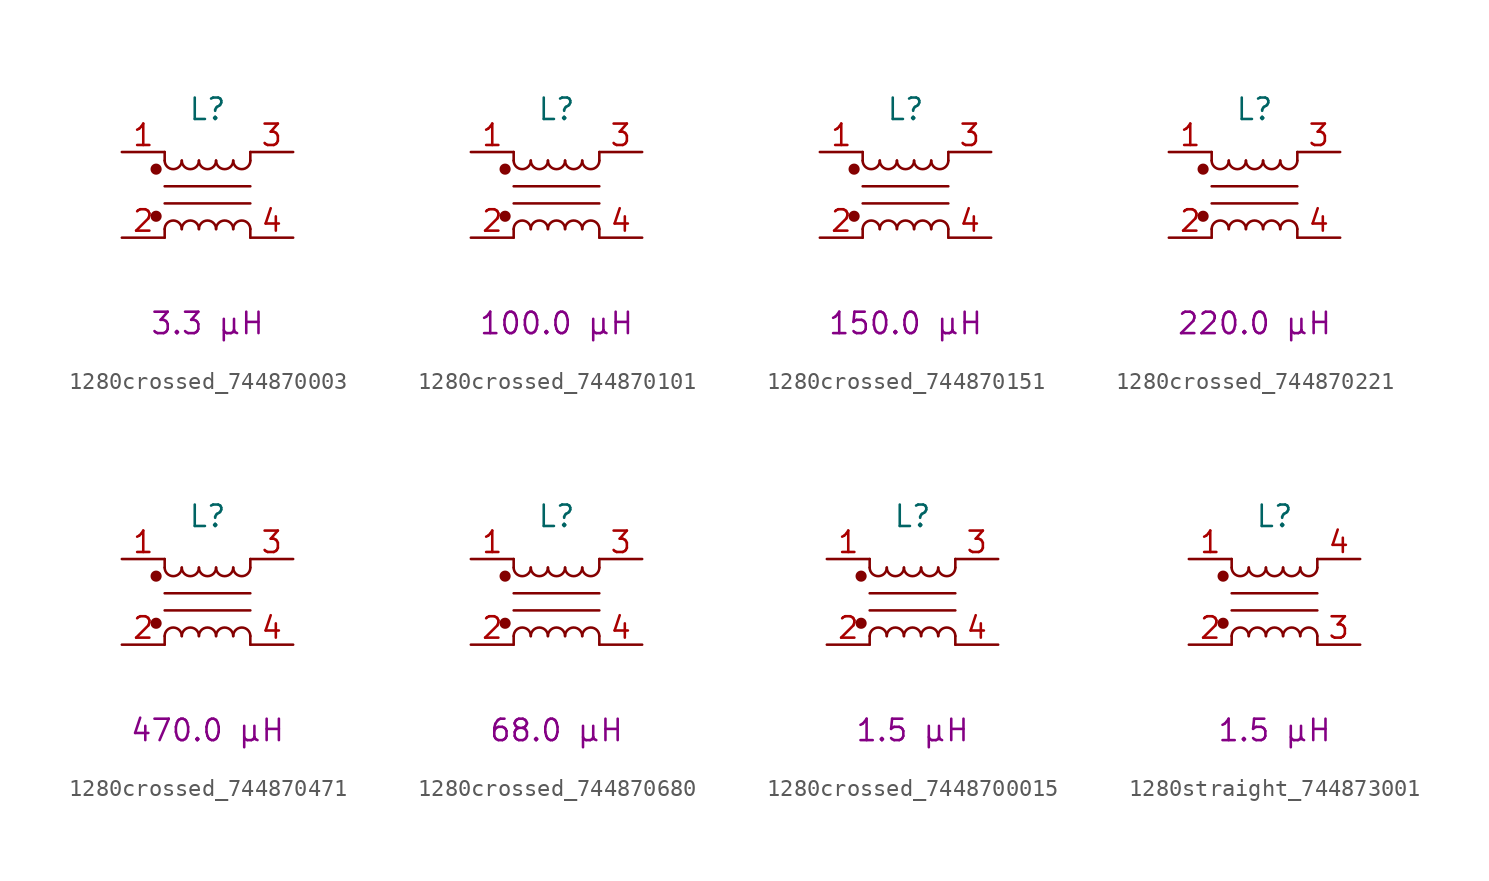
<source format=kicad_sym>
(kicad_symbol_lib
  (version 20241209)
  (generator "kicad_symbol_editor")
  (generator_version "9.0")
  (symbol "1280crossed_744870003"
    (pin_names
      (hide yes))
    (property "Reference" "L"
      (at 0 5.08 0)
      (effects (font (size 1.27 1.27))))
    (property "Critical Parameter" "3.3 µH"
      (at 0 -7.62 0)
      (effects (font (size 1.27 1.27))))
    (symbol "1280crossed_744870003_0_1"
      (circle (center -3.048 1.524) (radius 0.254) (stroke (width 0) (type default)) (fill (type outline)))
      (circle (center -3.048 -1.27) (radius 0.254) (stroke (width 0) (type default)) (fill (type outline)))
      (polyline (pts (xy -2.54 2.032) (xy -2.54 2.54)) (stroke (width 0) (type default)) (fill (type none)))
      (polyline (pts (xy -2.54 0.508) (xy 2.54 0.508)) (stroke (width 0) (type default)) (fill (type none)))
      (polyline (pts (xy -2.54 -2.032) (xy -2.54 -2.54)) (stroke (width 0) (type default)) (fill (type none)))
      (arc (start -1.524 2.032) (mid -2.032 1.5262) (end -2.54 2.032) (stroke (width 0) (type default)) (fill (type none)))
      (arc (start -2.54 -2.032) (mid -2.032 -1.5262) (end -1.524 -2.032) (stroke (width 0) (type default)) (fill (type none)))
      (arc (start -0.508 2.032) (mid -1.016 1.5262) (end -1.524 2.032) (stroke (width 0) (type default)) (fill (type none)))
      (arc (start -1.524 -2.032) (mid -1.016 -1.5262) (end -0.508 -2.032) (stroke (width 0) (type default)) (fill (type none)))
      (arc (start 0.508 2.032) (mid 0 1.5262) (end -0.508 2.032) (stroke (width 0) (type default)) (fill (type none)))
      (arc (start -0.508 -2.032) (mid 0 -1.5262) (end 0.508 -2.032) (stroke (width 0) (type default)) (fill (type none)))
      (arc (start 1.524 2.032) (mid 1.016 1.5262) (end 0.508 2.032) (stroke (width 0) (type default)) (fill (type none)))
      (arc (start 0.508 -2.032) (mid 1.016 -1.5262) (end 1.524 -2.032) (stroke (width 0) (type default)) (fill (type none)))
      (arc (start 2.54 2.032) (mid 2.032 1.5262) (end 1.524 2.032) (stroke (width 0) (type default)) (fill (type none)))
      (arc (start 1.524 -2.032) (mid 2.032 -1.5262) (end 2.54 -2.032) (stroke (width 0) (type default)) (fill (type none)))
      (polyline (pts (xy 2.54 2.54) (xy 2.54 2.032)) (stroke (width 0) (type default)) (fill (type none)))
      (polyline (pts (xy 2.54 -0.508) (xy -2.54 -0.508)) (stroke (width 0) (type default)) (fill (type none)))
      (polyline (pts (xy 2.54 -2.032) (xy 2.54 -2.54)) (stroke (width 0) (type default)) (fill (type none))))
    (symbol "1280crossed_744870003_1_1"
      (pin passive line (at -5.08 2.54 0) (length 2.54) (name "1" (effects (font (size 1.27 1.27)))) (number "1" (effects (font (size 1.27 1.27)))))
      (pin passive line (at -5.08 -2.54 0) (length 2.54) (name "2" (effects (font (size 1.27 1.27)))) (number "2" (effects (font (size 1.27 1.27)))))
      (pin passive line (at 5.08 2.54 180) (length 2.54) (name "3" (effects (font (size 1.27 1.27)))) (number "3" (effects (font (size 1.27 1.27)))))
      (pin passive line (at 5.08 -2.54 180) (length 2.54) (name "4" (effects (font (size 1.27 1.27)))) (number "4" (effects (font (size 1.27 1.27)))))))
  (symbol "1280crossed_744870101"
    (pin_names
      (hide yes))
    (property "Reference" "L"
      (at 0 5.08 0)
      (effects (font (size 1.27 1.27))))
    (property "Critical Parameter" "100.0 µH"
      (at 0 -7.62 0)
      (effects (font (size 1.27 1.27))))
    (symbol "1280crossed_744870101_0_1"
      (circle (center -3.048 1.524) (radius 0.254) (stroke (width 0) (type default)) (fill (type outline)))
      (circle (center -3.048 -1.27) (radius 0.254) (stroke (width 0) (type default)) (fill (type outline)))
      (polyline (pts (xy -2.54 2.032) (xy -2.54 2.54)) (stroke (width 0) (type default)) (fill (type none)))
      (polyline (pts (xy -2.54 0.508) (xy 2.54 0.508)) (stroke (width 0) (type default)) (fill (type none)))
      (polyline (pts (xy -2.54 -2.032) (xy -2.54 -2.54)) (stroke (width 0) (type default)) (fill (type none)))
      (arc (start -1.524 2.032) (mid -2.032 1.5262) (end -2.54 2.032) (stroke (width 0) (type default)) (fill (type none)))
      (arc (start -2.54 -2.032) (mid -2.032 -1.5262) (end -1.524 -2.032) (stroke (width 0) (type default)) (fill (type none)))
      (arc (start -0.508 2.032) (mid -1.016 1.5262) (end -1.524 2.032) (stroke (width 0) (type default)) (fill (type none)))
      (arc (start -1.524 -2.032) (mid -1.016 -1.5262) (end -0.508 -2.032) (stroke (width 0) (type default)) (fill (type none)))
      (arc (start 0.508 2.032) (mid 0 1.5262) (end -0.508 2.032) (stroke (width 0) (type default)) (fill (type none)))
      (arc (start -0.508 -2.032) (mid 0 -1.5262) (end 0.508 -2.032) (stroke (width 0) (type default)) (fill (type none)))
      (arc (start 1.524 2.032) (mid 1.016 1.5262) (end 0.508 2.032) (stroke (width 0) (type default)) (fill (type none)))
      (arc (start 0.508 -2.032) (mid 1.016 -1.5262) (end 1.524 -2.032) (stroke (width 0) (type default)) (fill (type none)))
      (arc (start 2.54 2.032) (mid 2.032 1.5262) (end 1.524 2.032) (stroke (width 0) (type default)) (fill (type none)))
      (arc (start 1.524 -2.032) (mid 2.032 -1.5262) (end 2.54 -2.032) (stroke (width 0) (type default)) (fill (type none)))
      (polyline (pts (xy 2.54 2.54) (xy 2.54 2.032)) (stroke (width 0) (type default)) (fill (type none)))
      (polyline (pts (xy 2.54 -0.508) (xy -2.54 -0.508)) (stroke (width 0) (type default)) (fill (type none)))
      (polyline (pts (xy 2.54 -2.032) (xy 2.54 -2.54)) (stroke (width 0) (type default)) (fill (type none))))
    (symbol "1280crossed_744870101_1_1"
      (pin passive line (at -5.08 2.54 0) (length 2.54) (name "1" (effects (font (size 1.27 1.27)))) (number "1" (effects (font (size 1.27 1.27)))))
      (pin passive line (at -5.08 -2.54 0) (length 2.54) (name "2" (effects (font (size 1.27 1.27)))) (number "2" (effects (font (size 1.27 1.27)))))
      (pin passive line (at 5.08 2.54 180) (length 2.54) (name "3" (effects (font (size 1.27 1.27)))) (number "3" (effects (font (size 1.27 1.27)))))
      (pin passive line (at 5.08 -2.54 180) (length 2.54) (name "4" (effects (font (size 1.27 1.27)))) (number "4" (effects (font (size 1.27 1.27)))))))
  (symbol "1280crossed_744870151"
    (pin_names
      (hide yes))
    (property "Reference" "L"
      (at 0 5.08 0)
      (effects (font (size 1.27 1.27))))
    (property "Critical Parameter" "150.0 µH"
      (at 0 -7.62 0)
      (effects (font (size 1.27 1.27))))
    (symbol "1280crossed_744870151_0_1"
      (circle (center -3.048 1.524) (radius 0.254) (stroke (width 0) (type default)) (fill (type outline)))
      (circle (center -3.048 -1.27) (radius 0.254) (stroke (width 0) (type default)) (fill (type outline)))
      (polyline (pts (xy -2.54 2.032) (xy -2.54 2.54)) (stroke (width 0) (type default)) (fill (type none)))
      (polyline (pts (xy -2.54 0.508) (xy 2.54 0.508)) (stroke (width 0) (type default)) (fill (type none)))
      (polyline (pts (xy -2.54 -2.032) (xy -2.54 -2.54)) (stroke (width 0) (type default)) (fill (type none)))
      (arc (start -1.524 2.032) (mid -2.032 1.5262) (end -2.54 2.032) (stroke (width 0) (type default)) (fill (type none)))
      (arc (start -2.54 -2.032) (mid -2.032 -1.5262) (end -1.524 -2.032) (stroke (width 0) (type default)) (fill (type none)))
      (arc (start -0.508 2.032) (mid -1.016 1.5262) (end -1.524 2.032) (stroke (width 0) (type default)) (fill (type none)))
      (arc (start -1.524 -2.032) (mid -1.016 -1.5262) (end -0.508 -2.032) (stroke (width 0) (type default)) (fill (type none)))
      (arc (start 0.508 2.032) (mid 0 1.5262) (end -0.508 2.032) (stroke (width 0) (type default)) (fill (type none)))
      (arc (start -0.508 -2.032) (mid 0 -1.5262) (end 0.508 -2.032) (stroke (width 0) (type default)) (fill (type none)))
      (arc (start 1.524 2.032) (mid 1.016 1.5262) (end 0.508 2.032) (stroke (width 0) (type default)) (fill (type none)))
      (arc (start 0.508 -2.032) (mid 1.016 -1.5262) (end 1.524 -2.032) (stroke (width 0) (type default)) (fill (type none)))
      (arc (start 2.54 2.032) (mid 2.032 1.5262) (end 1.524 2.032) (stroke (width 0) (type default)) (fill (type none)))
      (arc (start 1.524 -2.032) (mid 2.032 -1.5262) (end 2.54 -2.032) (stroke (width 0) (type default)) (fill (type none)))
      (polyline (pts (xy 2.54 2.54) (xy 2.54 2.032)) (stroke (width 0) (type default)) (fill (type none)))
      (polyline (pts (xy 2.54 -0.508) (xy -2.54 -0.508)) (stroke (width 0) (type default)) (fill (type none)))
      (polyline (pts (xy 2.54 -2.032) (xy 2.54 -2.54)) (stroke (width 0) (type default)) (fill (type none))))
    (symbol "1280crossed_744870151_1_1"
      (pin passive line (at -5.08 2.54 0) (length 2.54) (name "1" (effects (font (size 1.27 1.27)))) (number "1" (effects (font (size 1.27 1.27)))))
      (pin passive line (at -5.08 -2.54 0) (length 2.54) (name "2" (effects (font (size 1.27 1.27)))) (number "2" (effects (font (size 1.27 1.27)))))
      (pin passive line (at 5.08 2.54 180) (length 2.54) (name "3" (effects (font (size 1.27 1.27)))) (number "3" (effects (font (size 1.27 1.27)))))
      (pin passive line (at 5.08 -2.54 180) (length 2.54) (name "4" (effects (font (size 1.27 1.27)))) (number "4" (effects (font (size 1.27 1.27)))))))
  (symbol "1280crossed_744870221"
    (pin_names
      (hide yes))
    (property "Reference" "L"
      (at 0 5.08 0)
      (effects (font (size 1.27 1.27))))
    (property "Critical Parameter" "220.0 µH"
      (at 0 -7.62 0)
      (effects (font (size 1.27 1.27))))
    (symbol "1280crossed_744870221_0_1"
      (circle (center -3.048 1.524) (radius 0.254) (stroke (width 0) (type default)) (fill (type outline)))
      (circle (center -3.048 -1.27) (radius 0.254) (stroke (width 0) (type default)) (fill (type outline)))
      (polyline (pts (xy -2.54 2.032) (xy -2.54 2.54)) (stroke (width 0) (type default)) (fill (type none)))
      (polyline (pts (xy -2.54 0.508) (xy 2.54 0.508)) (stroke (width 0) (type default)) (fill (type none)))
      (polyline (pts (xy -2.54 -2.032) (xy -2.54 -2.54)) (stroke (width 0) (type default)) (fill (type none)))
      (arc (start -1.524 2.032) (mid -2.032 1.5262) (end -2.54 2.032) (stroke (width 0) (type default)) (fill (type none)))
      (arc (start -2.54 -2.032) (mid -2.032 -1.5262) (end -1.524 -2.032) (stroke (width 0) (type default)) (fill (type none)))
      (arc (start -0.508 2.032) (mid -1.016 1.5262) (end -1.524 2.032) (stroke (width 0) (type default)) (fill (type none)))
      (arc (start -1.524 -2.032) (mid -1.016 -1.5262) (end -0.508 -2.032) (stroke (width 0) (type default)) (fill (type none)))
      (arc (start 0.508 2.032) (mid 0 1.5262) (end -0.508 2.032) (stroke (width 0) (type default)) (fill (type none)))
      (arc (start -0.508 -2.032) (mid 0 -1.5262) (end 0.508 -2.032) (stroke (width 0) (type default)) (fill (type none)))
      (arc (start 1.524 2.032) (mid 1.016 1.5262) (end 0.508 2.032) (stroke (width 0) (type default)) (fill (type none)))
      (arc (start 0.508 -2.032) (mid 1.016 -1.5262) (end 1.524 -2.032) (stroke (width 0) (type default)) (fill (type none)))
      (arc (start 2.54 2.032) (mid 2.032 1.5262) (end 1.524 2.032) (stroke (width 0) (type default)) (fill (type none)))
      (arc (start 1.524 -2.032) (mid 2.032 -1.5262) (end 2.54 -2.032) (stroke (width 0) (type default)) (fill (type none)))
      (polyline (pts (xy 2.54 2.54) (xy 2.54 2.032)) (stroke (width 0) (type default)) (fill (type none)))
      (polyline (pts (xy 2.54 -0.508) (xy -2.54 -0.508)) (stroke (width 0) (type default)) (fill (type none)))
      (polyline (pts (xy 2.54 -2.032) (xy 2.54 -2.54)) (stroke (width 0) (type default)) (fill (type none))))
    (symbol "1280crossed_744870221_1_1"
      (pin passive line (at -5.08 2.54 0) (length 2.54) (name "1" (effects (font (size 1.27 1.27)))) (number "1" (effects (font (size 1.27 1.27)))))
      (pin passive line (at -5.08 -2.54 0) (length 2.54) (name "2" (effects (font (size 1.27 1.27)))) (number "2" (effects (font (size 1.27 1.27)))))
      (pin passive line (at 5.08 2.54 180) (length 2.54) (name "3" (effects (font (size 1.27 1.27)))) (number "3" (effects (font (size 1.27 1.27)))))
      (pin passive line (at 5.08 -2.54 180) (length 2.54) (name "4" (effects (font (size 1.27 1.27)))) (number "4" (effects (font (size 1.27 1.27)))))))
  (symbol "1280crossed_744870471"
    (pin_names
      (hide yes))
    (property "Reference" "L"
      (at 0 5.08 0)
      (effects (font (size 1.27 1.27))))
    (property "Critical Parameter" "470.0 µH"
      (at 0 -7.62 0)
      (effects (font (size 1.27 1.27))))
    (symbol "1280crossed_744870471_0_1"
      (circle (center -3.048 1.524) (radius 0.254) (stroke (width 0) (type default)) (fill (type outline)))
      (circle (center -3.048 -1.27) (radius 0.254) (stroke (width 0) (type default)) (fill (type outline)))
      (polyline (pts (xy -2.54 2.032) (xy -2.54 2.54)) (stroke (width 0) (type default)) (fill (type none)))
      (polyline (pts (xy -2.54 0.508) (xy 2.54 0.508)) (stroke (width 0) (type default)) (fill (type none)))
      (polyline (pts (xy -2.54 -2.032) (xy -2.54 -2.54)) (stroke (width 0) (type default)) (fill (type none)))
      (arc (start -1.524 2.032) (mid -2.032 1.5262) (end -2.54 2.032) (stroke (width 0) (type default)) (fill (type none)))
      (arc (start -2.54 -2.032) (mid -2.032 -1.5262) (end -1.524 -2.032) (stroke (width 0) (type default)) (fill (type none)))
      (arc (start -0.508 2.032) (mid -1.016 1.5262) (end -1.524 2.032) (stroke (width 0) (type default)) (fill (type none)))
      (arc (start -1.524 -2.032) (mid -1.016 -1.5262) (end -0.508 -2.032) (stroke (width 0) (type default)) (fill (type none)))
      (arc (start 0.508 2.032) (mid 0 1.5262) (end -0.508 2.032) (stroke (width 0) (type default)) (fill (type none)))
      (arc (start -0.508 -2.032) (mid 0 -1.5262) (end 0.508 -2.032) (stroke (width 0) (type default)) (fill (type none)))
      (arc (start 1.524 2.032) (mid 1.016 1.5262) (end 0.508 2.032) (stroke (width 0) (type default)) (fill (type none)))
      (arc (start 0.508 -2.032) (mid 1.016 -1.5262) (end 1.524 -2.032) (stroke (width 0) (type default)) (fill (type none)))
      (arc (start 2.54 2.032) (mid 2.032 1.5262) (end 1.524 2.032) (stroke (width 0) (type default)) (fill (type none)))
      (arc (start 1.524 -2.032) (mid 2.032 -1.5262) (end 2.54 -2.032) (stroke (width 0) (type default)) (fill (type none)))
      (polyline (pts (xy 2.54 2.54) (xy 2.54 2.032)) (stroke (width 0) (type default)) (fill (type none)))
      (polyline (pts (xy 2.54 -0.508) (xy -2.54 -0.508)) (stroke (width 0) (type default)) (fill (type none)))
      (polyline (pts (xy 2.54 -2.032) (xy 2.54 -2.54)) (stroke (width 0) (type default)) (fill (type none))))
    (symbol "1280crossed_744870471_1_1"
      (pin passive line (at -5.08 2.54 0) (length 2.54) (name "1" (effects (font (size 1.27 1.27)))) (number "1" (effects (font (size 1.27 1.27)))))
      (pin passive line (at -5.08 -2.54 0) (length 2.54) (name "2" (effects (font (size 1.27 1.27)))) (number "2" (effects (font (size 1.27 1.27)))))
      (pin passive line (at 5.08 2.54 180) (length 2.54) (name "3" (effects (font (size 1.27 1.27)))) (number "3" (effects (font (size 1.27 1.27)))))
      (pin passive line (at 5.08 -2.54 180) (length 2.54) (name "4" (effects (font (size 1.27 1.27)))) (number "4" (effects (font (size 1.27 1.27)))))))
  (symbol "1280crossed_744870680"
    (pin_names
      (hide yes))
    (property "Reference" "L"
      (at 0 5.08 0)
      (effects (font (size 1.27 1.27))))
    (property "Critical Parameter" "68.0 µH"
      (at 0 -7.62 0)
      (effects (font (size 1.27 1.27))))
    (symbol "1280crossed_744870680_0_1"
      (circle (center -3.048 1.524) (radius 0.254) (stroke (width 0) (type default)) (fill (type outline)))
      (circle (center -3.048 -1.27) (radius 0.254) (stroke (width 0) (type default)) (fill (type outline)))
      (polyline (pts (xy -2.54 2.032) (xy -2.54 2.54)) (stroke (width 0) (type default)) (fill (type none)))
      (polyline (pts (xy -2.54 0.508) (xy 2.54 0.508)) (stroke (width 0) (type default)) (fill (type none)))
      (polyline (pts (xy -2.54 -2.032) (xy -2.54 -2.54)) (stroke (width 0) (type default)) (fill (type none)))
      (arc (start -1.524 2.032) (mid -2.032 1.5262) (end -2.54 2.032) (stroke (width 0) (type default)) (fill (type none)))
      (arc (start -2.54 -2.032) (mid -2.032 -1.5262) (end -1.524 -2.032) (stroke (width 0) (type default)) (fill (type none)))
      (arc (start -0.508 2.032) (mid -1.016 1.5262) (end -1.524 2.032) (stroke (width 0) (type default)) (fill (type none)))
      (arc (start -1.524 -2.032) (mid -1.016 -1.5262) (end -0.508 -2.032) (stroke (width 0) (type default)) (fill (type none)))
      (arc (start 0.508 2.032) (mid 0 1.5262) (end -0.508 2.032) (stroke (width 0) (type default)) (fill (type none)))
      (arc (start -0.508 -2.032) (mid 0 -1.5262) (end 0.508 -2.032) (stroke (width 0) (type default)) (fill (type none)))
      (arc (start 1.524 2.032) (mid 1.016 1.5262) (end 0.508 2.032) (stroke (width 0) (type default)) (fill (type none)))
      (arc (start 0.508 -2.032) (mid 1.016 -1.5262) (end 1.524 -2.032) (stroke (width 0) (type default)) (fill (type none)))
      (arc (start 2.54 2.032) (mid 2.032 1.5262) (end 1.524 2.032) (stroke (width 0) (type default)) (fill (type none)))
      (arc (start 1.524 -2.032) (mid 2.032 -1.5262) (end 2.54 -2.032) (stroke (width 0) (type default)) (fill (type none)))
      (polyline (pts (xy 2.54 2.54) (xy 2.54 2.032)) (stroke (width 0) (type default)) (fill (type none)))
      (polyline (pts (xy 2.54 -0.508) (xy -2.54 -0.508)) (stroke (width 0) (type default)) (fill (type none)))
      (polyline (pts (xy 2.54 -2.032) (xy 2.54 -2.54)) (stroke (width 0) (type default)) (fill (type none))))
    (symbol "1280crossed_744870680_1_1"
      (pin passive line (at -5.08 2.54 0) (length 2.54) (name "1" (effects (font (size 1.27 1.27)))) (number "1" (effects (font (size 1.27 1.27)))))
      (pin passive line (at -5.08 -2.54 0) (length 2.54) (name "2" (effects (font (size 1.27 1.27)))) (number "2" (effects (font (size 1.27 1.27)))))
      (pin passive line (at 5.08 2.54 180) (length 2.54) (name "3" (effects (font (size 1.27 1.27)))) (number "3" (effects (font (size 1.27 1.27)))))
      (pin passive line (at 5.08 -2.54 180) (length 2.54) (name "4" (effects (font (size 1.27 1.27)))) (number "4" (effects (font (size 1.27 1.27)))))))
  (symbol "1280crossed_7448700015"
    (pin_names
      (hide yes))
    (property "Reference" "L"
      (at 0 5.08 0)
      (effects (font (size 1.27 1.27))))
    (property "Critical Parameter" "1.5 µH"
      (at 0 -7.62 0)
      (effects (font (size 1.27 1.27))))
    (symbol "1280crossed_7448700015_0_1"
      (circle (center -3.048 1.524) (radius 0.254) (stroke (width 0) (type default)) (fill (type outline)))
      (circle (center -3.048 -1.27) (radius 0.254) (stroke (width 0) (type default)) (fill (type outline)))
      (polyline (pts (xy -2.54 2.032) (xy -2.54 2.54)) (stroke (width 0) (type default)) (fill (type none)))
      (polyline (pts (xy -2.54 0.508) (xy 2.54 0.508)) (stroke (width 0) (type default)) (fill (type none)))
      (polyline (pts (xy -2.54 -2.032) (xy -2.54 -2.54)) (stroke (width 0) (type default)) (fill (type none)))
      (arc (start -1.524 2.032) (mid -2.032 1.5262) (end -2.54 2.032) (stroke (width 0) (type default)) (fill (type none)))
      (arc (start -2.54 -2.032) (mid -2.032 -1.5262) (end -1.524 -2.032) (stroke (width 0) (type default)) (fill (type none)))
      (arc (start -0.508 2.032) (mid -1.016 1.5262) (end -1.524 2.032) (stroke (width 0) (type default)) (fill (type none)))
      (arc (start -1.524 -2.032) (mid -1.016 -1.5262) (end -0.508 -2.032) (stroke (width 0) (type default)) (fill (type none)))
      (arc (start 0.508 2.032) (mid 0 1.5262) (end -0.508 2.032) (stroke (width 0) (type default)) (fill (type none)))
      (arc (start -0.508 -2.032) (mid 0 -1.5262) (end 0.508 -2.032) (stroke (width 0) (type default)) (fill (type none)))
      (arc (start 1.524 2.032) (mid 1.016 1.5262) (end 0.508 2.032) (stroke (width 0) (type default)) (fill (type none)))
      (arc (start 0.508 -2.032) (mid 1.016 -1.5262) (end 1.524 -2.032) (stroke (width 0) (type default)) (fill (type none)))
      (arc (start 2.54 2.032) (mid 2.032 1.5262) (end 1.524 2.032) (stroke (width 0) (type default)) (fill (type none)))
      (arc (start 1.524 -2.032) (mid 2.032 -1.5262) (end 2.54 -2.032) (stroke (width 0) (type default)) (fill (type none)))
      (polyline (pts (xy 2.54 2.54) (xy 2.54 2.032)) (stroke (width 0) (type default)) (fill (type none)))
      (polyline (pts (xy 2.54 -0.508) (xy -2.54 -0.508)) (stroke (width 0) (type default)) (fill (type none)))
      (polyline (pts (xy 2.54 -2.032) (xy 2.54 -2.54)) (stroke (width 0) (type default)) (fill (type none))))
    (symbol "1280crossed_7448700015_1_1"
      (pin passive line (at -5.08 2.54 0) (length 2.54) (name "1" (effects (font (size 1.27 1.27)))) (number "1" (effects (font (size 1.27 1.27)))))
      (pin passive line (at -5.08 -2.54 0) (length 2.54) (name "2" (effects (font (size 1.27 1.27)))) (number "2" (effects (font (size 1.27 1.27)))))
      (pin passive line (at 5.08 2.54 180) (length 2.54) (name "3" (effects (font (size 1.27 1.27)))) (number "3" (effects (font (size 1.27 1.27)))))
      (pin passive line (at 5.08 -2.54 180) (length 2.54) (name "4" (effects (font (size 1.27 1.27)))) (number "4" (effects (font (size 1.27 1.27)))))))
  (symbol "1280straight_744873001"
    (pin_names
      (hide yes))
    (property "Reference" "L"
      (at 0 5.08 0)
      (effects (font (size 1.27 1.27))))
    (property "Critical Parameter" "1.5 µH"
      (at 0 -7.62 0)
      (effects (font (size 1.27 1.27))))
    (symbol "1280straight_744873001_0_1"
      (circle (center -3.048 1.524) (radius 0.254) (stroke (width 0) (type default)) (fill (type outline)))
      (circle (center -3.048 -1.27) (radius 0.254) (stroke (width 0) (type default)) (fill (type outline)))
      (polyline (pts (xy -2.54 2.032) (xy -2.54 2.54)) (stroke (width 0) (type default)) (fill (type none)))
      (polyline (pts (xy -2.54 0.508) (xy 2.54 0.508)) (stroke (width 0) (type default)) (fill (type none)))
      (polyline (pts (xy -2.54 -2.032) (xy -2.54 -2.54)) (stroke (width 0) (type default)) (fill (type none)))
      (arc (start -1.524 2.032) (mid -2.032 1.5262) (end -2.54 2.032) (stroke (width 0) (type default)) (fill (type none)))
      (arc (start -2.54 -2.032) (mid -2.032 -1.5262) (end -1.524 -2.032) (stroke (width 0) (type default)) (fill (type none)))
      (arc (start -0.508 2.032) (mid -1.016 1.5262) (end -1.524 2.032) (stroke (width 0) (type default)) (fill (type none)))
      (arc (start -1.524 -2.032) (mid -1.016 -1.5262) (end -0.508 -2.032) (stroke (width 0) (type default)) (fill (type none)))
      (arc (start 0.508 2.032) (mid 0 1.5262) (end -0.508 2.032) (stroke (width 0) (type default)) (fill (type none)))
      (arc (start -0.508 -2.032) (mid 0 -1.5262) (end 0.508 -2.032) (stroke (width 0) (type default)) (fill (type none)))
      (arc (start 1.524 2.032) (mid 1.016 1.5262) (end 0.508 2.032) (stroke (width 0) (type default)) (fill (type none)))
      (arc (start 0.508 -2.032) (mid 1.016 -1.5262) (end 1.524 -2.032) (stroke (width 0) (type default)) (fill (type none)))
      (arc (start 2.54 2.032) (mid 2.032 1.5262) (end 1.524 2.032) (stroke (width 0) (type default)) (fill (type none)))
      (arc (start 1.524 -2.032) (mid 2.032 -1.5262) (end 2.54 -2.032) (stroke (width 0) (type default)) (fill (type none)))
      (polyline (pts (xy 2.54 2.54) (xy 2.54 2.032)) (stroke (width 0) (type default)) (fill (type none)))
      (polyline (pts (xy 2.54 -0.508) (xy -2.54 -0.508)) (stroke (width 0) (type default)) (fill (type none)))
      (polyline (pts (xy 2.54 -2.032) (xy 2.54 -2.54)) (stroke (width 0) (type default)) (fill (type none))))
    (symbol "1280straight_744873001_1_1"
      (pin passive line (at -5.08 2.54 0) (length 2.54) (name "1" (effects (font (size 1.27 1.27)))) (number "1" (effects (font (size 1.27 1.27)))))
      (pin passive line (at -5.08 -2.54 0) (length 2.54) (name "2" (effects (font (size 1.27 1.27)))) (number "2" (effects (font (size 1.27 1.27)))))
      (pin passive line (at 5.08 2.54 180) (length 2.54) (name "4" (effects (font (size 1.27 1.27)))) (number "4" (effects (font (size 1.27 1.27)))))
      (pin passive line (at 5.08 -2.54 180) (length 2.54) (name "3" (effects (font (size 1.27 1.27)))) (number "3" (effects (font (size 1.27 1.27))))))))
</source>
